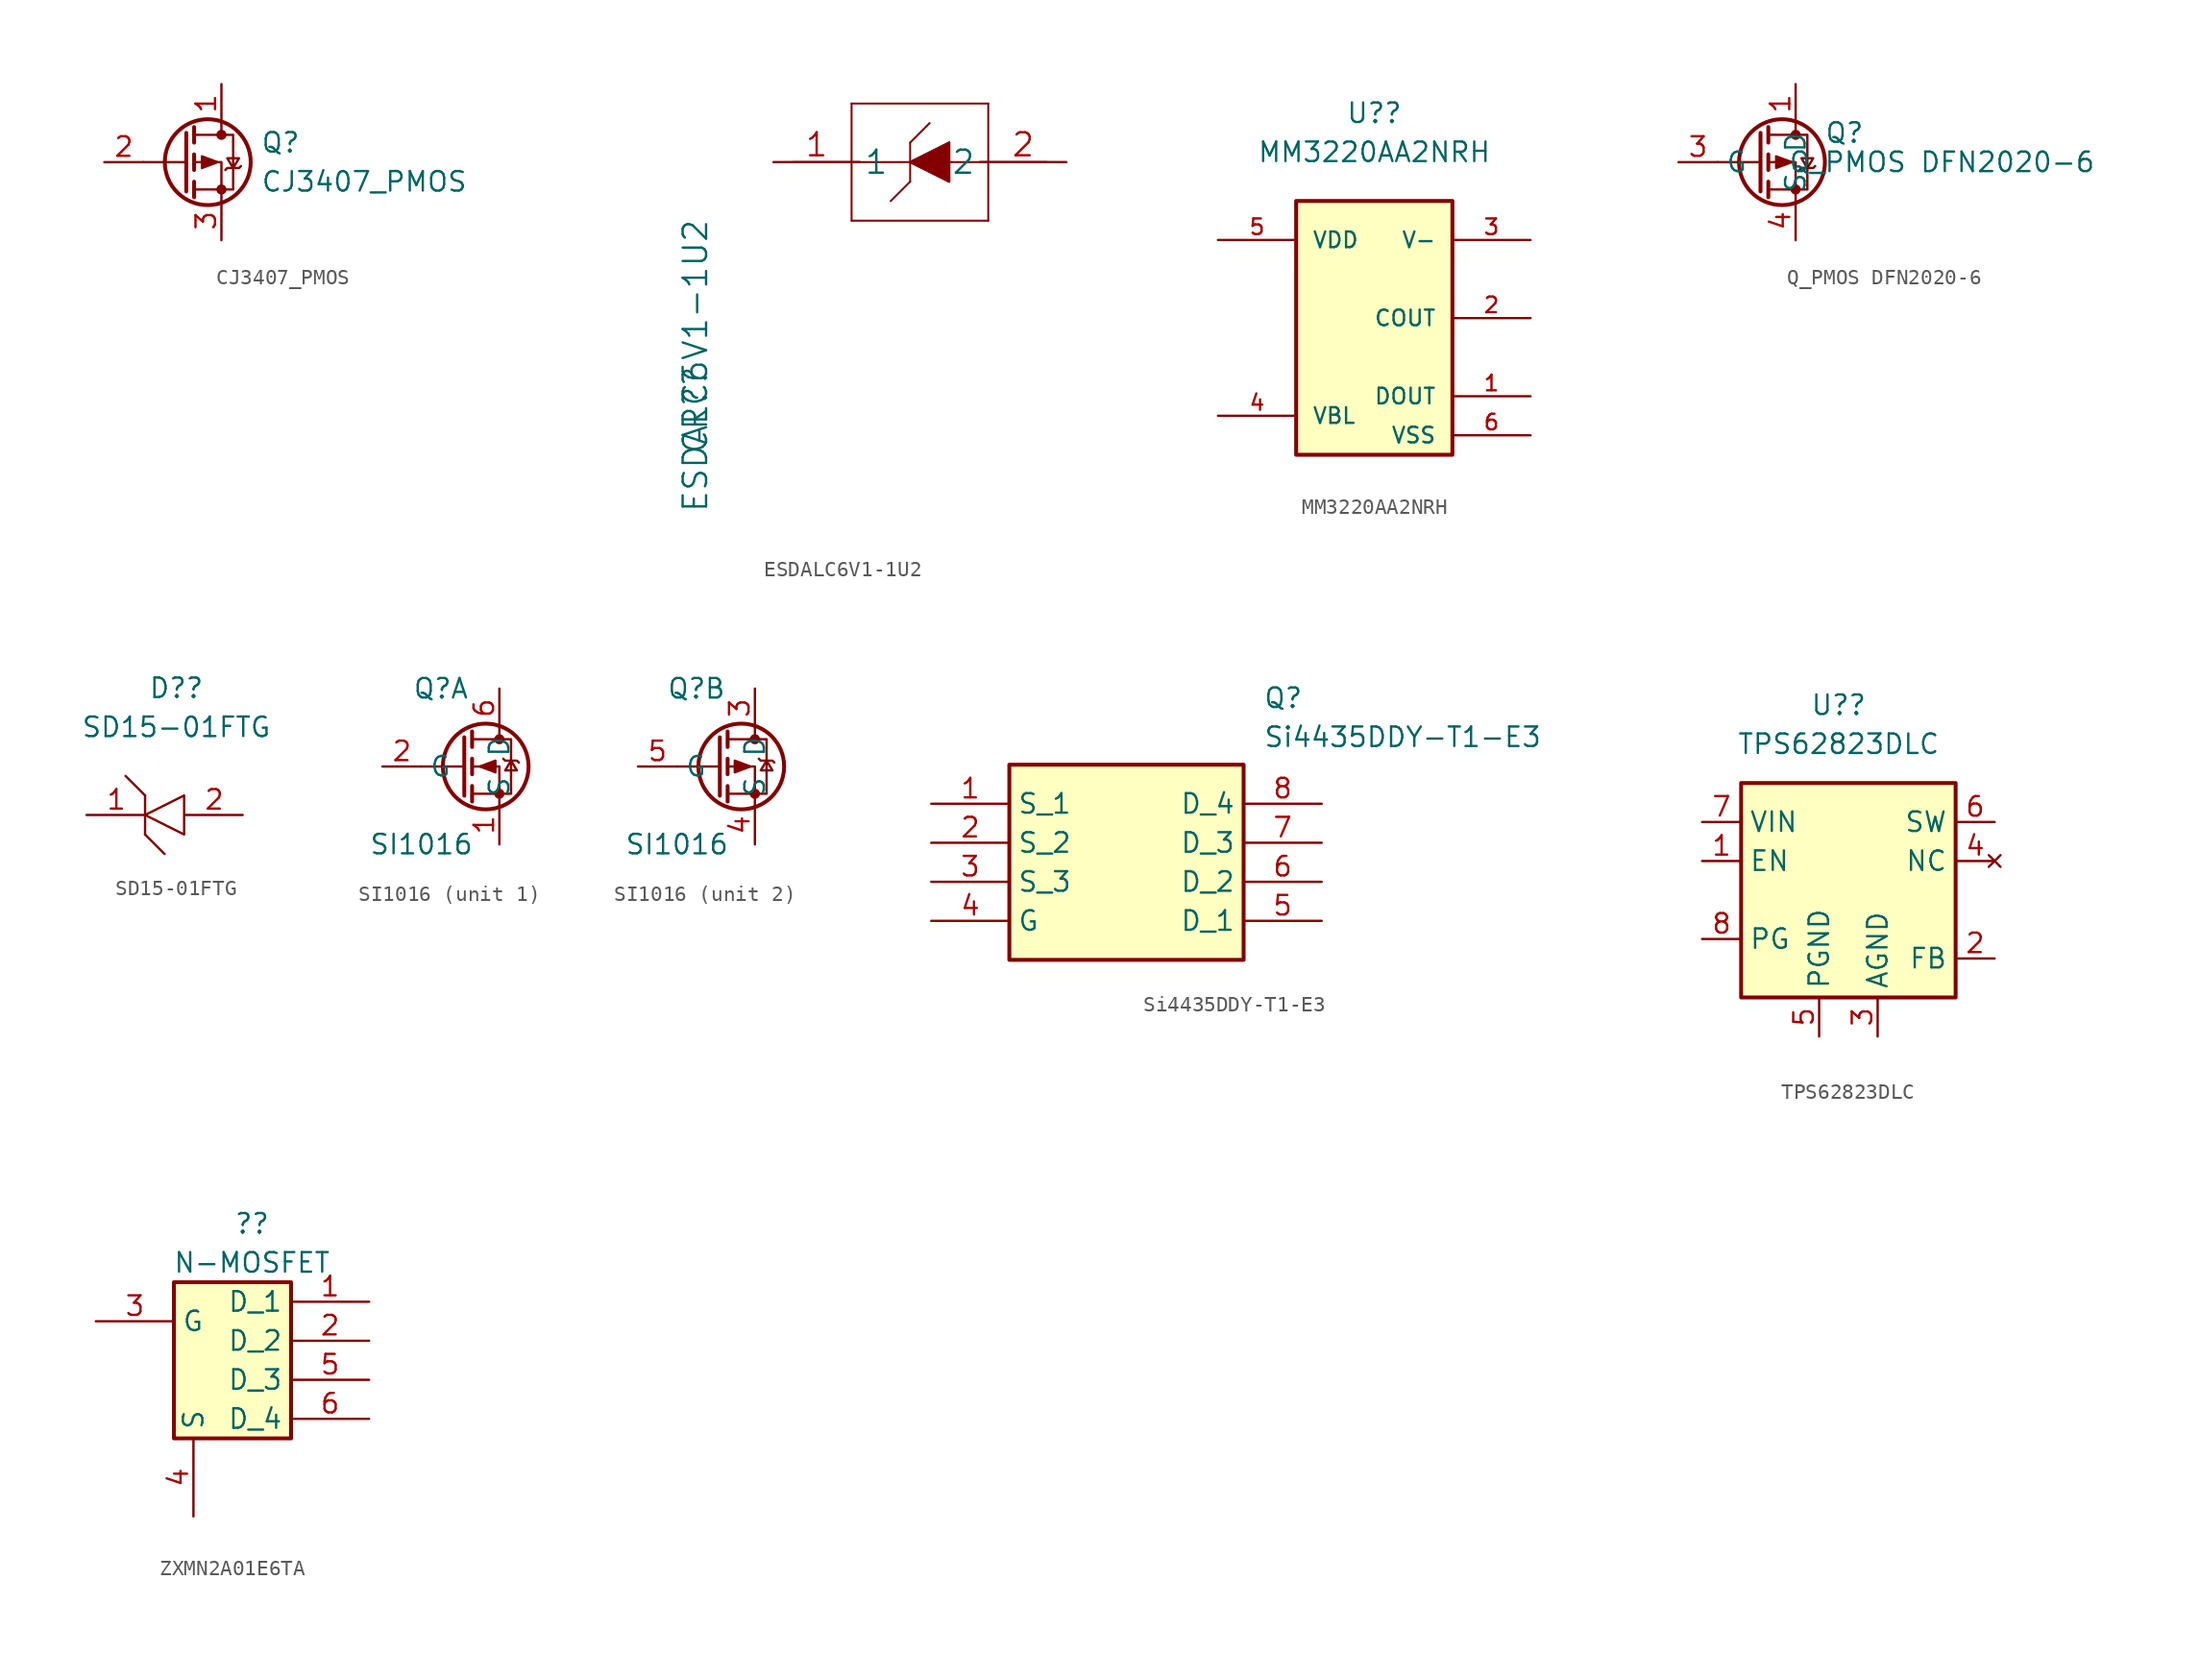
<source format=kicad_sym>
(kicad_symbol_lib
  (version 20220914)
  (generator kicad_symbol_editor)
  (symbol "CJ3407_PMOS"
    (pin_names
      (offset 0) hide)
    (property "Reference" "Q"
      (at 5.08 1.27 0)
      (effects (font (size 1.27 1.27)) (justify left)))
    (property "Value" "CJ3407_PMOS"
      (at 5.08 -1.27 0)
      (effects (font (size 1.27 1.27)) (justify left)))
    (symbol "CJ3407_PMOS_0_1"
      (polyline (pts (xy 0.254 0) (xy -2.54 0)) (stroke (width 0) (type default)) (fill (type none)))
      (polyline (pts (xy 0.254 1.905) (xy 0.254 -1.905)) (stroke (width 0.254) (type default)) (fill (type none)))
      (polyline (pts (xy 0.762 -1.27) (xy 0.762 -2.286)) (stroke (width 0.254) (type default)) (fill (type none)))
      (polyline (pts (xy 0.762 0.508) (xy 0.762 -0.508)) (stroke (width 0.254) (type default)) (fill (type none)))
      (polyline (pts (xy 0.762 2.286) (xy 0.762 1.27)) (stroke (width 0.254) (type default)) (fill (type none)))
      (polyline (pts (xy 2.54 2.54) (xy 2.54 1.778)) (stroke (width 0) (type default)) (fill (type none)))
      (polyline (pts (xy 2.54 -2.54) (xy 2.54 0) (xy 0.762 0)) (stroke (width 0) (type default)) (fill (type none)))
      (polyline (pts (xy 0.762 1.778) (xy 3.302 1.778) (xy 3.302 -1.778) (xy 0.762 -1.778)) (stroke (width 0) (type default)) (fill (type none)))
      (polyline (pts (xy 2.286 0) (xy 1.27 0.381) (xy 1.27 -0.381) (xy 2.286 0)) (stroke (width 0) (type default)) (fill (type outline)))
      (polyline (pts (xy 2.794 -0.508) (xy 2.921 -0.381) (xy 3.683 -0.381) (xy 3.81 -0.254)) (stroke (width 0) (type default)) (fill (type none)))
      (polyline (pts (xy 3.302 -0.381) (xy 2.921 0.254) (xy 3.683 0.254) (xy 3.302 -0.381)) (stroke (width 0) (type default)) (fill (type none)))
      (circle (center 1.651 0) (radius 2.794) (stroke (width 0.254) (type default)) (fill (type none)))
      (circle (center 2.54 -1.778) (radius 0.254) (stroke (width 0) (type default)) (fill (type outline)))
      (circle (center 2.54 1.778) (radius 0.254) (stroke (width 0) (type default)) (fill (type outline))))
    (symbol "CJ3407_PMOS_1_1"
      (pin passive line (at 2.54 5.08 270) (length 2.54) (name "D" (effects (font (size 1.27 1.27)))) (number "1" (effects (font (size 1.27 1.27)))))
      (pin input line (at -5.08 0 0) (length 2.54) (name "G" (effects (font (size 1.27 1.27)))) (number "2" (effects (font (size 1.27 1.27)))))
      (pin passive line (at 2.54 -5.08 90) (length 2.54) (name "S" (effects (font (size 1.27 1.27)))) (number "3" (effects (font (size 1.27 1.27)))))))
  (symbol "ESDALC6V1-1U2"
    (pin_names
      (offset 0.254))
    (property "Reference" "CR?"
      (at 5.08 -19.05 90)
      (effects (font (size 1.524 1.524)) (justify left)))
    (property "Value" "ESDALC6V1-1U2"
      (at 5.08 -22.86 90)
      (effects (font (size 1.524 1.524)) (justify left)))
    (property "Datasheet" ""
      (at 0 0 0)
      (effects (font (size 1.524 1.524))))
    (property "ki_locked" ""
      (at 0 0 0)
      (effects (font (size 1.27 1.27))))
    (symbol "ESDALC6V1-1U2_1_1"
      (polyline (pts (xy 11.43 0) (xy 27.94 0)) (stroke (width 0.127) (type default)) (fill (type none)))
      (polyline (pts (xy 15.24 -3.81) (xy 24.13 -3.81)) (stroke (width 0.127) (type default)) (fill (type none)))
      (polyline (pts (xy 15.24 3.81) (xy 15.24 -3.81)) (stroke (width 0.127) (type default)) (fill (type none)))
      (polyline (pts (xy 19.05 -1.27) (xy 17.78 -2.54)) (stroke (width 0.127) (type default)) (fill (type none)))
      (polyline (pts (xy 19.05 0) (xy 21.59 1.27)) (stroke (width 0.127) (type default)) (fill (type none)))
      (polyline (pts (xy 19.05 1.27) (xy 19.05 -1.27)) (stroke (width 0.127) (type default)) (fill (type none)))
      (polyline (pts (xy 19.05 1.27) (xy 20.32 2.54)) (stroke (width 0.127) (type default)) (fill (type none)))
      (polyline (pts (xy 21.59 -1.27) (xy 19.05 0)) (stroke (width 0.127) (type default)) (fill (type none)))
      (polyline (pts (xy 21.59 1.27) (xy 21.59 -1.27)) (stroke (width 0.127) (type default)) (fill (type none)))
      (polyline (pts (xy 24.13 -3.81) (xy 24.13 3.81)) (stroke (width 0.127) (type default)) (fill (type none)))
      (polyline (pts (xy 24.13 3.81) (xy 15.24 3.81)) (stroke (width 0.127) (type default)) (fill (type none)))
      (polyline (pts (xy 19.05 0) (xy 21.59 1.27) (xy 21.59 -1.27) (xy 19.05 0)) (stroke (width 0) (type default)) (fill (type outline)))
      (pin unspecified line (at 10.16 0 0) (length 5.62) (name "1" (effects (font (size 1.499 1.499)))) (number "1" (effects (font (size 1.499 1.499)))))
      (pin unspecified line (at 29.21 0 180) (length 5.62) (name "2" (effects (font (size 1.499 1.499)))) (number "2" (effects (font (size 1.499 1.499)))))))
  (symbol "MM3220AA2NRH"
    (pin_names
      (offset 1.016))
    (property "Reference" "U?"
      (at 0 13.335 0)
      (effects (font (size 1.27 1.27))))
    (property "Value" "MM3220AA2NRH"
      (at 0 10.795 0)
      (effects (font (size 1.27 1.27))))
    (symbol "MM3220AA2NRH_0_0"
      (rectangle (start -5.08 7.62) (end 5.08 -8.89) (stroke (width 0.254) (type default)) (fill (type background)))
      (pin output line (at 10.16 -5.08 180) (length 5.08) (name "DOUT" (effects (font (size 1.016 1.016)))) (number "1" (effects (font (size 1.016 1.016)))))
      (pin output line (at 10.16 0 180) (length 5.08) (name "COUT" (effects (font (size 1.016 1.016)))) (number "2" (effects (font (size 1.016 1.016)))))
      (pin input line (at 10.16 5.08 180) (length 5.08) (name "V-" (effects (font (size 1.016 1.016)))) (number "3" (effects (font (size 1.016 1.016)))))
      (pin input line (at -10.16 -6.35 0) (length 5.08) (name "VBL" (effects (font (size 1.016 1.016)))) (number "4" (effects (font (size 1.016 1.016)))))
      (pin power_in line (at -10.16 5.08 0) (length 5.08) (name "VDD" (effects (font (size 1.016 1.016)))) (number "5" (effects (font (size 1.016 1.016)))))
      (pin power_in line (at 10.16 -7.62 180) (length 5.08) (name "VSS" (effects (font (size 1.016 1.016)))) (number "6" (effects (font (size 1.016 1.016)))))))
  (symbol "Q_PMOS DFN2020-6"
    (property "Reference" "Q"
      (at 3.175 1.905 0)
      (effects (font (size 1.27 1.27))))
    (property "Value" "Q_PMOS DFN2020-6"
      (at 9.525 0 0)
      (effects (font (size 1.27 1.27))))
    (symbol "Q_PMOS DFN2020-6_0_1"
      (circle (center -0.889 0) (radius 2.794) (stroke (width 0.254) (type default)) (fill (type none)))
      (circle (center 0 -1.778) (radius 0.254) (stroke (width 0) (type default)) (fill (type outline)))
      (polyline (pts (xy -2.286 0) (xy -5.08 0)) (stroke (width 0) (type default)) (fill (type none)))
      (polyline (pts (xy -2.286 1.905) (xy -2.286 -1.905)) (stroke (width 0.254) (type default)) (fill (type none)))
      (polyline (pts (xy -1.778 -1.27) (xy -1.778 -2.286)) (stroke (width 0.254) (type default)) (fill (type none)))
      (polyline (pts (xy -1.778 0.508) (xy -1.778 -0.508)) (stroke (width 0.254) (type default)) (fill (type none)))
      (polyline (pts (xy -1.778 2.286) (xy -1.778 1.27)) (stroke (width 0.254) (type default)) (fill (type none)))
      (polyline (pts (xy 0 2.54) (xy 0 1.778)) (stroke (width 0) (type default)) (fill (type none)))
      (polyline (pts (xy 0 -2.54) (xy 0 0) (xy -1.778 0)) (stroke (width 0) (type default)) (fill (type none)))
      (polyline (pts (xy -1.778 1.778) (xy 0.762 1.778) (xy 0.762 -1.778) (xy -1.778 -1.778)) (stroke (width 0) (type default)) (fill (type none)))
      (polyline (pts (xy -0.254 0) (xy -1.27 0.381) (xy -1.27 -0.381) (xy -0.254 0)) (stroke (width 0) (type default)) (fill (type outline)))
      (polyline (pts (xy 0.254 -0.508) (xy 0.381 -0.381) (xy 1.143 -0.381) (xy 1.27 -0.254)) (stroke (width 0) (type default)) (fill (type none)))
      (polyline (pts (xy 0.762 -0.381) (xy 0.381 0.254) (xy 1.143 0.254) (xy 0.762 -0.381)) (stroke (width 0) (type default)) (fill (type none)))
      (circle (center 0 1.778) (radius 0.254) (stroke (width 0) (type default)) (fill (type outline))))
    (symbol "Q_PMOS DFN2020-6_1_1"
      (pin passive line (at 0 5.08 270) (length 2.54) (name "D" (effects (font (size 1.27 1.27)))) (number "1" (effects (font (size 1.27 1.27)))))
      (pin passive line (at 0 5.08 270) (length 2.54) hide (name "D" (effects (font (size 1.27 1.27)))) (number "2" (effects (font (size 1.27 1.27)))))
      (pin input line (at -7.62 0 0) (length 2.54) (name "G" (effects (font (size 1.27 1.27)))) (number "3" (effects (font (size 1.27 1.27)))))
      (pin passive line (at 0 -5.08 90) (length 2.54) (name "S" (effects (font (size 1.27 1.27)))) (number "4" (effects (font (size 1.27 1.27)))))
      (pin passive line (at 0 5.08 270) (length 2.54) hide (name "D" (effects (font (size 1.27 1.27)))) (number "5" (effects (font (size 1.27 1.27)))))
      (pin passive line (at 0 5.08 270) (length 2.54) hide (name "D" (effects (font (size 1.27 1.27)))) (number "6" (effects (font (size 1.27 1.27)))))
      (pin passive line (at 0 5.08 270) (length 2.54) hide (name "D" (effects (font (size 1.27 1.27)))) (number "7" (effects (font (size 1.27 1.27)))))
      (pin passive line (at 0 -5.08 90) (length 2.54) hide (name "S" (effects (font (size 1.27 1.27)))) (number "8" (effects (font (size 1.27 1.27)))))))
  (symbol "SD15-01FTG"
    (pin_names
      (offset 0.762))
    (property "Reference" "D?"
      (at -0.508 8.255 0)
      (effects (font (size 1.27 1.27))))
    (property "Value" "SD15-01FTG"
      (at -0.508 5.715 0)
      (effects (font (size 1.27 1.27))))
    (symbol "SD15-01FTG_0_0"
      (pin passive line (at -6.35 0 0) (length 3.88) (name "~" (effects (font (size 1.27 1.27)))) (number "1" (effects (font (size 1.27 1.27)))))
      (pin passive line (at 3.81 0 180) (length 3.7) (name "~" (effects (font (size 1.27 1.27)))) (number "2" (effects (font (size 1.27 1.27))))))
    (symbol "SD15-01FTG_0_1"
      (polyline (pts (xy -3.81 2.54) (xy -2.54 1.27)) (stroke (width 0.152) (type default)) (fill (type none)))
      (polyline (pts (xy -2.54 -1.27) (xy -2.54 1.27)) (stroke (width 0.152) (type default)) (fill (type none)))
      (polyline (pts (xy -2.54 -1.27) (xy -1.27 -2.54)) (stroke (width 0.152) (type default)) (fill (type none)))
      (polyline (pts (xy -2.54 0) (xy 0 1.27) (xy 0 -1.27) (xy -2.54 0)) (stroke (width 0.152) (type default)) (fill (type none)))))
  (symbol "SI1016"
    (property "Reference" "Q"
      (at -3.81 5.08 0)
      (effects (font (size 1.27 1.27))))
    (property "Value" "SI1016"
      (at -5.08 -5.08 0)
      (effects (font (size 1.27 1.27))))
    (property "ki_locked" ""
      (at 0 0 0)
      (effects (font (size 1.27 1.27))))
    (symbol "SI1016_0_1"
      (circle (center -0.889 0) (radius 2.794) (stroke (width 0.254) (type default)) (fill (type none)))
      (circle (center 0 -1.778) (radius 0.254) (stroke (width 0) (type default)) (fill (type outline)))
      (polyline (pts (xy -2.286 0) (xy -5.08 0)) (stroke (width 0) (type default)) (fill (type none)))
      (polyline (pts (xy -2.286 1.905) (xy -2.286 -1.905)) (stroke (width 0.254) (type default)) (fill (type none)))
      (polyline (pts (xy -1.778 -1.27) (xy -1.778 -2.286)) (stroke (width 0.254) (type default)) (fill (type none)))
      (polyline (pts (xy -1.778 0.508) (xy -1.778 -0.508)) (stroke (width 0.254) (type default)) (fill (type none)))
      (polyline (pts (xy -1.778 2.286) (xy -1.778 1.27)) (stroke (width 0.254) (type default)) (fill (type none)))
      (polyline (pts (xy 0 2.54) (xy 0 1.778)) (stroke (width 0) (type default)) (fill (type none)))
      (polyline (pts (xy 0 -2.54) (xy 0 0) (xy -1.778 0)) (stroke (width 0) (type default)) (fill (type none)))
      (polyline (pts (xy -1.778 -1.778) (xy 0.762 -1.778) (xy 0.762 1.778) (xy -1.778 1.778)) (stroke (width 0) (type default)) (fill (type none)))
      (polyline (pts (xy 0.254 0.508) (xy 0.381 0.381) (xy 1.143 0.381) (xy 1.27 0.254)) (stroke (width 0) (type default)) (fill (type none)))
      (polyline (pts (xy 0.762 0.381) (xy 0.381 -0.254) (xy 1.143 -0.254) (xy 0.762 0.381)) (stroke (width 0) (type default)) (fill (type none)))
      (circle (center 0 1.778) (radius 0.254) (stroke (width 0) (type default)) (fill (type outline))))
    (symbol "SI1016_1_1"
      (polyline (pts (xy -1.27 0) (xy -0.254 0.381) (xy -0.254 -0.381) (xy -1.27 0)) (stroke (width 0) (type default)) (fill (type outline)))
      (pin passive line (at 0 -5.08 90) (length 2.54) (name "S" (effects (font (size 1.27 1.27)))) (number "1" (effects (font (size 1.27 1.27)))))
      (pin input line (at -7.62 0 0) (length 2.54) (name "G" (effects (font (size 1.27 1.27)))) (number "2" (effects (font (size 1.27 1.27)))))
      (pin passive line (at 0 5.08 270) (length 2.54) (name "D" (effects (font (size 1.27 1.27)))) (number "6" (effects (font (size 1.27 1.27))))))
    (symbol "SI1016_2_1"
      (polyline (pts (xy -0.296 0) (xy -1.312 -0.381) (xy -1.312 0.381) (xy -0.296 0)) (stroke (width 0) (type default)) (fill (type outline)))
      (pin input line (at 0 5.08 270) (length 2.54) (name "D" (effects (font (size 1.27 1.27)))) (number "3" (effects (font (size 1.27 1.27)))))
      (pin input line (at 0 -5.08 90) (length 2.54) (name "S" (effects (font (size 1.27 1.27)))) (number "4" (effects (font (size 1.27 1.27)))))
      (pin input line (at -7.62 0 0) (length 2.54) (name "G" (effects (font (size 1.27 1.27)))) (number "5" (effects (font (size 1.27 1.27)))))))
  (symbol "Si4435DDY-T1-E3"
    (property "Reference" "Q"
      (at 21.59 7.62 0)
      (effects (font (size 1.27 1.27)) (justify left top)))
    (property "Value" "Si4435DDY-T1-E3"
      (at 21.59 5.08 0)
      (effects (font (size 1.27 1.27)) (justify left top)))
    (symbol "Si4435DDY-T1-E3_1_1"
      (rectangle (start 5.08 2.54) (end 20.32 -10.16) (stroke (width 0.254) (type default)) (fill (type background)))
      (pin passive line (at 0 0 0) (length 5.08) (name "S_1" (effects (font (size 1.27 1.27)))) (number "1" (effects (font (size 1.27 1.27)))))
      (pin passive line (at 0 -2.54 0) (length 5.08) (name "S_2" (effects (font (size 1.27 1.27)))) (number "2" (effects (font (size 1.27 1.27)))))
      (pin passive line (at 0 -5.08 0) (length 5.08) (name "S_3" (effects (font (size 1.27 1.27)))) (number "3" (effects (font (size 1.27 1.27)))))
      (pin passive line (at 0 -7.62 0) (length 5.08) (name "G" (effects (font (size 1.27 1.27)))) (number "4" (effects (font (size 1.27 1.27)))))
      (pin passive line (at 25.4 -7.62 180) (length 5.08) (name "D_1" (effects (font (size 1.27 1.27)))) (number "5" (effects (font (size 1.27 1.27)))))
      (pin passive line (at 25.4 -5.08 180) (length 5.08) (name "D_2" (effects (font (size 1.27 1.27)))) (number "6" (effects (font (size 1.27 1.27)))))
      (pin passive line (at 25.4 -2.54 180) (length 5.08) (name "D_3" (effects (font (size 1.27 1.27)))) (number "7" (effects (font (size 1.27 1.27)))))
      (pin passive line (at 25.4 0 180) (length 5.08) (name "D_4" (effects (font (size 1.27 1.27)))) (number "8" (effects (font (size 1.27 1.27)))))))
  (symbol "TPS62823DLC"
    (property "Reference" "U?"
      (at 0 15.24 0)
      (effects (font (size 1.27 1.27))))
    (property "Value" "TPS62823DLC"
      (at 0 12.7 0)
      (effects (font (size 1.27 1.27))))
    (symbol "TPS62823DLC_0_1"
      (rectangle (start -6.35 10.16) (end 7.62 -3.81) (stroke (width 0.254) (type default)) (fill (type background))))
    (symbol "TPS62823DLC_1_1"
      (pin input line (at -8.89 5.08 0) (length 2.54) (name "EN" (effects (font (size 1.27 1.27)))) (number "1" (effects (font (size 1.27 1.27)))))
      (pin input line (at 10.16 -1.27 180) (length 2.54) (name "FB" (effects (font (size 1.27 1.27)))) (number "2" (effects (font (size 1.27 1.27)))))
      (pin power_in line (at 2.54 -6.35 90) (length 2.54) (name "AGND" (effects (font (size 1.27 1.27)))) (number "3" (effects (font (size 1.27 1.27)))))
      (pin no_connect line (at 10.16 5.08 180) (length 2.54) (name "NC" (effects (font (size 1.27 1.27)))) (number "4" (effects (font (size 1.27 1.27)))))
      (pin power_in line (at -1.27 -6.35 90) (length 2.54) (name "PGND" (effects (font (size 1.27 1.27)))) (number "5" (effects (font (size 1.27 1.27)))))
      (pin power_out line (at 10.16 7.62 180) (length 2.54) (name "SW" (effects (font (size 1.27 1.27)))) (number "6" (effects (font (size 1.27 1.27)))))
      (pin power_in line (at -8.89 7.62 0) (length 2.54) (name "VIN" (effects (font (size 1.27 1.27)))) (number "7" (effects (font (size 1.27 1.27)))))
      (pin open_collector line (at -8.89 0 0) (length 2.54) (name "PG" (effects (font (size 1.27 1.27)))) (number "8" (effects (font (size 1.27 1.27)))))))
  (symbol "ZXMN2A01E6TA"
    (property "Reference" "?"
      (at 0 10.16 0)
      (effects (font (size 1.27 1.27))))
    (property "Value" "N-MOSFET"
      (at 0 7.62 0)
      (effects (font (size 1.27 1.27))))
    (symbol "ZXMN2A01E6TA_1_1"
      (rectangle (start -5.08 6.35) (end 2.54 -3.81) (stroke (width 0.254) (type default)) (fill (type background)))
      (pin passive line (at 7.62 5.08 180) (length 5.08) (name "D_1" (effects (font (size 1.27 1.27)))) (number "1" (effects (font (size 1.27 1.27)))))
      (pin passive line (at 7.62 2.54 180) (length 5.08) (name "D_2" (effects (font (size 1.27 1.27)))) (number "2" (effects (font (size 1.27 1.27)))))
      (pin passive line (at -10.16 3.81 0) (length 5.08) (name "G" (effects (font (size 1.27 1.27)))) (number "3" (effects (font (size 1.27 1.27)))))
      (pin passive line (at -3.81 -8.89 90) (length 5.08) (name "S" (effects (font (size 1.27 1.27)))) (number "4" (effects (font (size 1.27 1.27)))))
      (pin passive line (at 7.62 0 180) (length 5.08) (name "D_3" (effects (font (size 1.27 1.27)))) (number "5" (effects (font (size 1.27 1.27)))))
      (pin passive line (at 7.62 -2.54 180) (length 5.08) (name "D_4" (effects (font (size 1.27 1.27)))) (number "6" (effects (font (size 1.27 1.27))))))))
</source>
